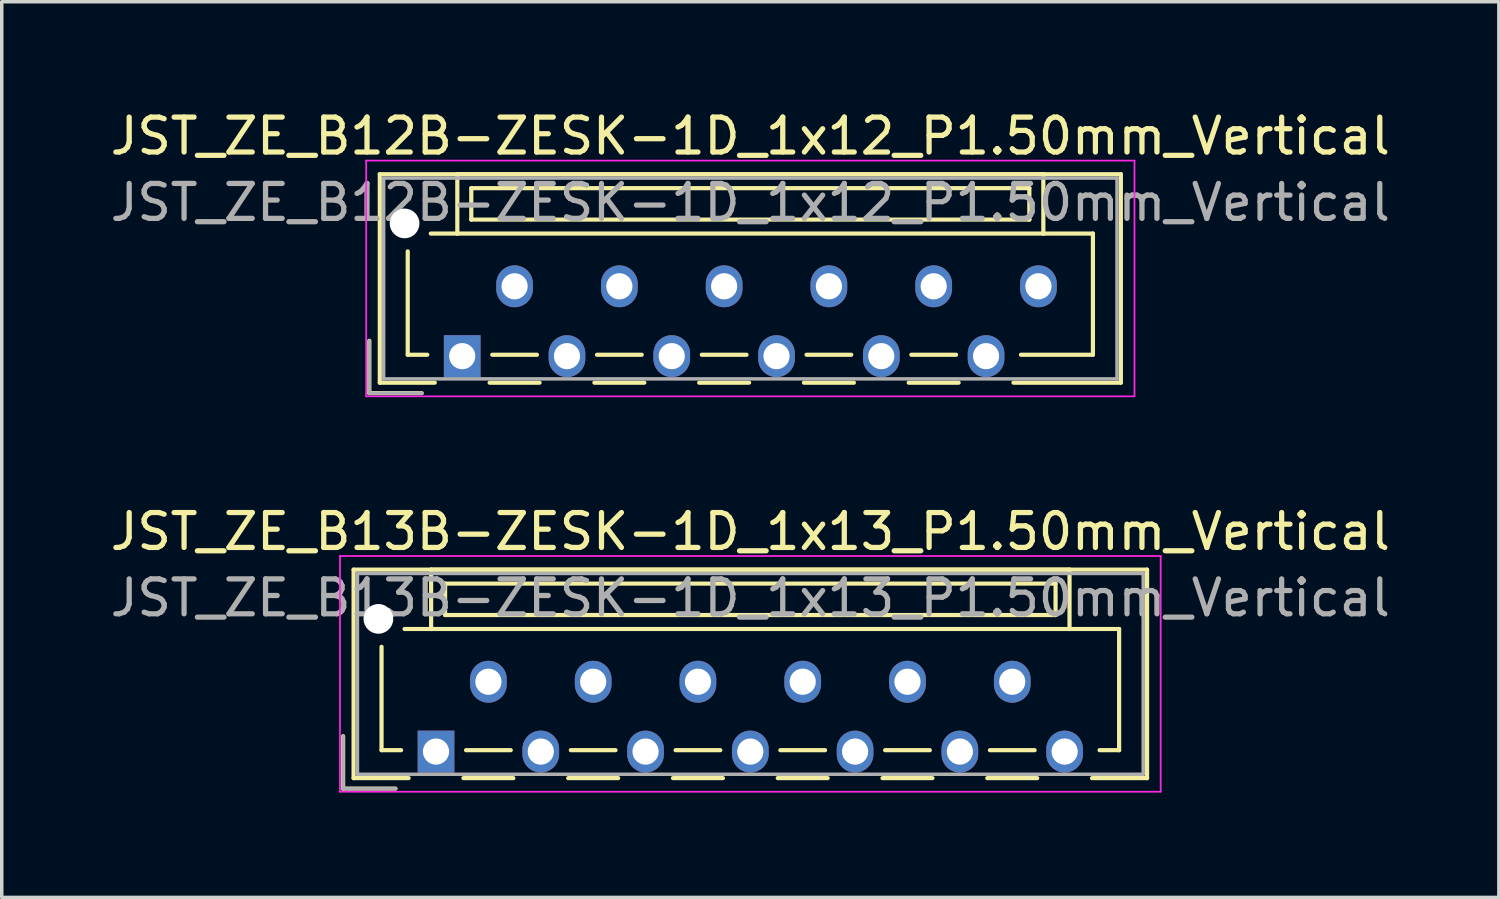
<source format=kicad_pcb>
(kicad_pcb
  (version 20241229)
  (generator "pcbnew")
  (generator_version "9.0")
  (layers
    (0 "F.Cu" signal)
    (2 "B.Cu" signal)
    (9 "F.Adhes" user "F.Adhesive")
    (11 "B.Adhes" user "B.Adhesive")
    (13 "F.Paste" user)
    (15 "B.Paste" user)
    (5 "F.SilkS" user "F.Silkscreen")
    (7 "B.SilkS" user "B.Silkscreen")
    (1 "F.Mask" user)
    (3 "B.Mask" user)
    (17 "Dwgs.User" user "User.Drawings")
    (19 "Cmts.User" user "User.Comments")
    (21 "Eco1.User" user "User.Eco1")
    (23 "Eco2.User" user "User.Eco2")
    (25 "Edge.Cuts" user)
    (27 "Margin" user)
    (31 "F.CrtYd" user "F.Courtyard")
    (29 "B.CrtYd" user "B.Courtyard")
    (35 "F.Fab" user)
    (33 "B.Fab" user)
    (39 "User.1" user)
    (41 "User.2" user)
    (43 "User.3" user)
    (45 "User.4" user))
  (footprint "JST_ZE_B13B-ZESK-1D_1x13_P1.50mm_Vertical"
    (layer "F.Cu")
    (at 9.435 18.471)
    (property "Reference" "JST_ZE_B13B-ZESK-1D_1x13_P1.50mm_Vertical" (at 9 -6.3 0) (layer "F.SilkS") (effects (font (size 1 1) (thickness 0.15))))
    (attr through_hole)
    (fp_line (start -2.66 -0.44) (end -2.66 1.06) (stroke (width 0.12) (type solid)) (layer "F.SilkS"))
    (fp_line (start -2.66 1.06) (end -1.16 1.06) (stroke (width 0.12) (type solid)) (layer "F.SilkS"))
    (fp_line (start -2.36 -5.21) (end 20.36 -5.21) (stroke (width 0.12) (type solid)) (layer "F.SilkS"))
    (fp_line (start -2.36 0.76) (end -2.36 -5.21) (stroke (width 0.12) (type solid)) (layer "F.SilkS"))
    (fp_line (start -1.56 -3) (end -1.56 -0.04) (stroke (width 0.12) (type solid)) (layer "F.SilkS"))
    (fp_line (start -1.56 -0.04) (end -1 -0.04) (stroke (width 0.12) (type solid)) (layer "F.SilkS"))
    (fp_line (start -0.785 0.76) (end -2.36 0.76) (stroke (width 0.12) (type solid)) (layer "F.SilkS"))
    (fp_line (start -0.14 -5.21) (end -0.14 -3.51) (stroke (width 0.12) (type solid)) (layer "F.SilkS"))
    (fp_line (start -0.14 -3.51) (end -0.9 -3.51) (stroke (width 0.12) (type solid)) (layer "F.SilkS"))
    (fp_line (start -0.14 -3.51) (end 18.14 -3.51) (stroke (width 0.12) (type solid)) (layer "F.SilkS"))
    (fp_line (start 0.26 -4.81) (end 0.26 -3.91) (stroke (width 0.12) (type solid)) (layer "F.SilkS"))
    (fp_line (start 0.26 -3.91) (end 17.74 -3.91) (stroke (width 0.12) (type solid)) (layer "F.SilkS"))
    (fp_line (start 0.785 0.76) (end 2.215 0.76) (stroke (width 0.12) (type solid)) (layer "F.SilkS"))
    (fp_line (start 0.86 -0.04) (end 2.14 -0.04) (stroke (width 0.12) (type solid)) (layer "F.SilkS"))
    (fp_line (start 3.785 0.76) (end 5.215 0.76) (stroke (width 0.12) (type solid)) (layer "F.SilkS"))
    (fp_line (start 3.86 -0.04) (end 5.14 -0.04) (stroke (width 0.12) (type solid)) (layer "F.SilkS"))
    (fp_line (start 6.785 0.76) (end 8.215 0.76) (stroke (width 0.12) (type solid)) (layer "F.SilkS"))
    (fp_line (start 6.86 -0.04) (end 8.14 -0.04) (stroke (width 0.12) (type solid)) (layer "F.SilkS"))
    (fp_line (start 9.785 0.76) (end 11.215 0.76) (stroke (width 0.12) (type solid)) (layer "F.SilkS"))
    (fp_line (start 9.86 -0.04) (end 11.14 -0.04) (stroke (width 0.12) (type solid)) (layer "F.SilkS"))
    (fp_line (start 12.785 0.76) (end 14.215 0.76) (stroke (width 0.12) (type solid)) (layer "F.SilkS"))
    (fp_line (start 12.86 -0.04) (end 14.14 -0.04) (stroke (width 0.12) (type solid)) (layer "F.SilkS"))
    (fp_line (start 15.785 0.76) (end 17.215 0.76) (stroke (width 0.12) (type solid)) (layer "F.SilkS"))
    (fp_line (start 15.86 -0.04) (end 17.14 -0.04) (stroke (width 0.12) (type solid)) (layer "F.SilkS"))
    (fp_line (start 17.74 -4.81) (end 0.26 -4.81) (stroke (width 0.12) (type solid)) (layer "F.SilkS"))
    (fp_line (start 17.74 -3.91) (end 17.74 -4.81) (stroke (width 0.12) (type solid)) (layer "F.SilkS"))
    (fp_line (start 18.14 -5.21) (end -0.14 -5.21) (stroke (width 0.12) (type solid)) (layer "F.SilkS"))
    (fp_line (start 18.14 -3.51) (end 18.14 -5.21) (stroke (width 0.12) (type solid)) (layer "F.SilkS"))
    (fp_line (start 18.14 -3.51) (end 19.56 -3.51) (stroke (width 0.12) (type solid)) (layer "F.SilkS"))
    (fp_line (start 19.56 -3.51) (end 19.56 -0.04) (stroke (width 0.12) (type solid)) (layer "F.SilkS"))
    (fp_line (start 19.56 -0.04) (end 19 -0.04) (stroke (width 0.12) (type solid)) (layer "F.SilkS"))
    (fp_line (start 20.36 -5.21) (end 20.36 0.76) (stroke (width 0.12) (type solid)) (layer "F.SilkS"))
    (fp_line (start 20.36 0.76) (end 18.785 0.76) (stroke (width 0.12) (type solid)) (layer "F.SilkS"))
    (fp_line (start -2.75 -5.6) (end -2.75 1.15) (stroke (width 0.05) (type solid)) (layer "F.CrtYd"))
    (fp_line (start -2.75 1.15) (end 20.75 1.15) (stroke (width 0.05) (type solid)) (layer "F.CrtYd"))
    (fp_line (start 20.75 -5.6) (end -2.75 -5.6) (stroke (width 0.05) (type solid)) (layer "F.CrtYd"))
    (fp_line (start 20.75 1.15) (end 20.75 -5.6) (stroke (width 0.05) (type solid)) (layer "F.CrtYd"))
    (fp_line (start -2.66 -0.44) (end -2.66 1.06) (stroke (width 0.1) (type solid)) (layer "F.Fab"))
    (fp_line (start -2.66 1.06) (end -1.16 1.06) (stroke (width 0.1) (type solid)) (layer "F.Fab"))
    (fp_line (start -2.25 -5.1) (end -2.25 0.65) (stroke (width 0.1) (type solid)) (layer "F.Fab"))
    (fp_line (start -2.25 0.65) (end 20.25 0.65) (stroke (width 0.1) (type solid)) (layer "F.Fab"))
    (fp_line (start 20.25 -5.1) (end -2.25 -5.1) (stroke (width 0.1) (type solid)) (layer "F.Fab"))
    (fp_line (start 20.25 0.65) (end 20.25 -5.1) (stroke (width 0.1) (type solid)) (layer "F.Fab"))
    (fp_text user "${REFERENCE}" (at 9 -4.4 0) (layer "F.Fab") (effects (font (size 1 1) (thickness 0.15))))
    (pad "" np_thru_hole circle (at -1.65 -3.8) (size 0.85 0.85) (drill 0.85) (layers "*.Cu" "*.Mask"))
    (pad "1" thru_hole rect (at 0 0) (size 1.05 1.2) (drill 0.75) (layers "*.Cu" "*.Mask"))
    (pad "2" thru_hole oval (at 1.5 -2) (size 1.05 1.2) (drill 0.75) (layers "*.Cu" "*.Mask"))
    (pad "3" thru_hole oval (at 3 0) (size 1.05 1.2) (drill 0.75) (layers "*.Cu" "*.Mask"))
    (pad "4" thru_hole oval (at 4.5 -2) (size 1.05 1.2) (drill 0.75) (layers "*.Cu" "*.Mask"))
    (pad "5" thru_hole oval (at 6 0) (size 1.05 1.2) (drill 0.75) (layers "*.Cu" "*.Mask"))
    (pad "6" thru_hole oval (at 7.5 -2) (size 1.05 1.2) (drill 0.75) (layers "*.Cu" "*.Mask"))
    (pad "7" thru_hole oval (at 9 0) (size 1.05 1.2) (drill 0.75) (layers "*.Cu" "*.Mask"))
    (pad "8" thru_hole oval (at 10.5 -2) (size 1.05 1.2) (drill 0.75) (layers "*.Cu" "*.Mask"))
    (pad "9" thru_hole oval (at 12 0) (size 1.05 1.2) (drill 0.75) (layers "*.Cu" "*.Mask"))
    (pad "10" thru_hole oval (at 13.5 -2) (size 1.05 1.2) (drill 0.75) (layers "*.Cu" "*.Mask"))
    (pad "11" thru_hole oval (at 15 0) (size 1.05 1.2) (drill 0.75) (layers "*.Cu" "*.Mask"))
    (pad "12" thru_hole oval (at 16.5 -2) (size 1.05 1.2) (drill 0.75) (layers "*.Cu" "*.Mask"))
    (pad "13" thru_hole oval (at 18 0) (size 1.05 1.2) (drill 0.75) (layers "*.Cu" "*.Mask")))
  (footprint "JST_ZE_B12B-ZESK-1D_1x12_P1.50mm_Vertical"
    (layer "F.Cu")
    (at 10.185 7.148)
    (property "Reference" "JST_ZE_B12B-ZESK-1D_1x12_P1.50mm_Vertical" (at 8.25 -6.3 0) (layer "F.SilkS") (effects (font (size 1 1) (thickness 0.15))))
    (attr through_hole)
    (fp_line (start -2.66 -0.44) (end -2.66 1.06) (stroke (width 0.12) (type solid)) (layer "F.SilkS"))
    (fp_line (start -2.66 1.06) (end -1.16 1.06) (stroke (width 0.12) (type solid)) (layer "F.SilkS"))
    (fp_line (start -2.36 -5.21) (end 18.86 -5.21) (stroke (width 0.12) (type solid)) (layer "F.SilkS"))
    (fp_line (start -2.36 0.76) (end -2.36 -5.21) (stroke (width 0.12) (type solid)) (layer "F.SilkS"))
    (fp_line (start -1.56 -3) (end -1.56 -0.04) (stroke (width 0.12) (type solid)) (layer "F.SilkS"))
    (fp_line (start -1.56 -0.04) (end -1 -0.04) (stroke (width 0.12) (type solid)) (layer "F.SilkS"))
    (fp_line (start -0.785 0.76) (end -2.36 0.76) (stroke (width 0.12) (type solid)) (layer "F.SilkS"))
    (fp_line (start -0.14 -5.21) (end -0.14 -3.51) (stroke (width 0.12) (type solid)) (layer "F.SilkS"))
    (fp_line (start -0.14 -3.51) (end -0.9 -3.51) (stroke (width 0.12) (type solid)) (layer "F.SilkS"))
    (fp_line (start -0.14 -3.51) (end 16.64 -3.51) (stroke (width 0.12) (type solid)) (layer "F.SilkS"))
    (fp_line (start 0.26 -4.81) (end 0.26 -3.91) (stroke (width 0.12) (type solid)) (layer "F.SilkS"))
    (fp_line (start 0.26 -3.91) (end 16.24 -3.91) (stroke (width 0.12) (type solid)) (layer "F.SilkS"))
    (fp_line (start 0.785 0.76) (end 2.215 0.76) (stroke (width 0.12) (type solid)) (layer "F.SilkS"))
    (fp_line (start 0.86 -0.04) (end 2.14 -0.04) (stroke (width 0.12) (type solid)) (layer "F.SilkS"))
    (fp_line (start 3.785 0.76) (end 5.215 0.76) (stroke (width 0.12) (type solid)) (layer "F.SilkS"))
    (fp_line (start 3.86 -0.04) (end 5.14 -0.04) (stroke (width 0.12) (type solid)) (layer "F.SilkS"))
    (fp_line (start 6.785 0.76) (end 8.215 0.76) (stroke (width 0.12) (type solid)) (layer "F.SilkS"))
    (fp_line (start 6.86 -0.04) (end 8.14 -0.04) (stroke (width 0.12) (type solid)) (layer "F.SilkS"))
    (fp_line (start 9.785 0.76) (end 11.215 0.76) (stroke (width 0.12) (type solid)) (layer "F.SilkS"))
    (fp_line (start 9.86 -0.04) (end 11.14 -0.04) (stroke (width 0.12) (type solid)) (layer "F.SilkS"))
    (fp_line (start 12.785 0.76) (end 14.215 0.76) (stroke (width 0.12) (type solid)) (layer "F.SilkS"))
    (fp_line (start 12.86 -0.04) (end 14.14 -0.04) (stroke (width 0.12) (type solid)) (layer "F.SilkS"))
    (fp_line (start 16.24 -4.81) (end 0.26 -4.81) (stroke (width 0.12) (type solid)) (layer "F.SilkS"))
    (fp_line (start 16.24 -3.91) (end 16.24 -4.81) (stroke (width 0.12) (type solid)) (layer "F.SilkS"))
    (fp_line (start 16.64 -5.21) (end -0.14 -5.21) (stroke (width 0.12) (type solid)) (layer "F.SilkS"))
    (fp_line (start 16.64 -3.51) (end 16.64 -5.21) (stroke (width 0.12) (type solid)) (layer "F.SilkS"))
    (fp_line (start 16.64 -3.51) (end 18.06 -3.51) (stroke (width 0.12) (type solid)) (layer "F.SilkS"))
    (fp_line (start 18.06 -3.51) (end 18.06 -0.04) (stroke (width 0.12) (type solid)) (layer "F.SilkS"))
    (fp_line (start 18.06 -0.04) (end 16 -0.04) (stroke (width 0.12) (type solid)) (layer "F.SilkS"))
    (fp_line (start 18.86 -5.21) (end 18.86 0.76) (stroke (width 0.12) (type solid)) (layer "F.SilkS"))
    (fp_line (start 18.86 0.76) (end 15.785 0.76) (stroke (width 0.12) (type solid)) (layer "F.SilkS"))
    (fp_line (start -2.75 -5.6) (end -2.75 1.15) (stroke (width 0.05) (type solid)) (layer "F.CrtYd"))
    (fp_line (start -2.75 1.15) (end 19.25 1.15) (stroke (width 0.05) (type solid)) (layer "F.CrtYd"))
    (fp_line (start 19.25 -5.6) (end -2.75 -5.6) (stroke (width 0.05) (type solid)) (layer "F.CrtYd"))
    (fp_line (start 19.25 1.15) (end 19.25 -5.6) (stroke (width 0.05) (type solid)) (layer "F.CrtYd"))
    (fp_line (start -2.66 -0.44) (end -2.66 1.06) (stroke (width 0.1) (type solid)) (layer "F.Fab"))
    (fp_line (start -2.66 1.06) (end -1.16 1.06) (stroke (width 0.1) (type solid)) (layer "F.Fab"))
    (fp_line (start -2.25 -5.1) (end -2.25 0.65) (stroke (width 0.1) (type solid)) (layer "F.Fab"))
    (fp_line (start -2.25 0.65) (end 18.75 0.65) (stroke (width 0.1) (type solid)) (layer "F.Fab"))
    (fp_line (start 18.75 -5.1) (end -2.25 -5.1) (stroke (width 0.1) (type solid)) (layer "F.Fab"))
    (fp_line (start 18.75 0.65) (end 18.75 -5.1) (stroke (width 0.1) (type solid)) (layer "F.Fab"))
    (fp_text user "${REFERENCE}" (at 8.25 -4.4 0) (layer "F.Fab") (effects (font (size 1 1) (thickness 0.15))))
    (pad "" np_thru_hole circle (at -1.65 -3.8) (size 0.85 0.85) (drill 0.85) (layers "*.Cu" "*.Mask"))
    (pad "1" thru_hole rect (at 0 0) (size 1.05 1.2) (drill 0.75) (layers "*.Cu" "*.Mask"))
    (pad "2" thru_hole oval (at 1.5 -2) (size 1.05 1.2) (drill 0.75) (layers "*.Cu" "*.Mask"))
    (pad "3" thru_hole oval (at 3 0) (size 1.05 1.2) (drill 0.75) (layers "*.Cu" "*.Mask"))
    (pad "4" thru_hole oval (at 4.5 -2) (size 1.05 1.2) (drill 0.75) (layers "*.Cu" "*.Mask"))
    (pad "5" thru_hole oval (at 6 0) (size 1.05 1.2) (drill 0.75) (layers "*.Cu" "*.Mask"))
    (pad "6" thru_hole oval (at 7.5 -2) (size 1.05 1.2) (drill 0.75) (layers "*.Cu" "*.Mask"))
    (pad "7" thru_hole oval (at 9 0) (size 1.05 1.2) (drill 0.75) (layers "*.Cu" "*.Mask"))
    (pad "8" thru_hole oval (at 10.5 -2) (size 1.05 1.2) (drill 0.75) (layers "*.Cu" "*.Mask"))
    (pad "9" thru_hole oval (at 12 0) (size 1.05 1.2) (drill 0.75) (layers "*.Cu" "*.Mask"))
    (pad "10" thru_hole oval (at 13.5 -2) (size 1.05 1.2) (drill 0.75) (layers "*.Cu" "*.Mask"))
    (pad "11" thru_hole oval (at 15 0) (size 1.05 1.2) (drill 0.75) (layers "*.Cu" "*.Mask"))
    (pad "12" thru_hole oval (at 16.5 -2) (size 1.05 1.2) (drill 0.75) (layers "*.Cu" "*.Mask")))
  (gr_rect
    (start -3 -3)
    (end 39.869 22.646)
    (stroke (width 0.1) (type default))
    (fill no)
    (layer "Edge.Cuts")))
</source>
